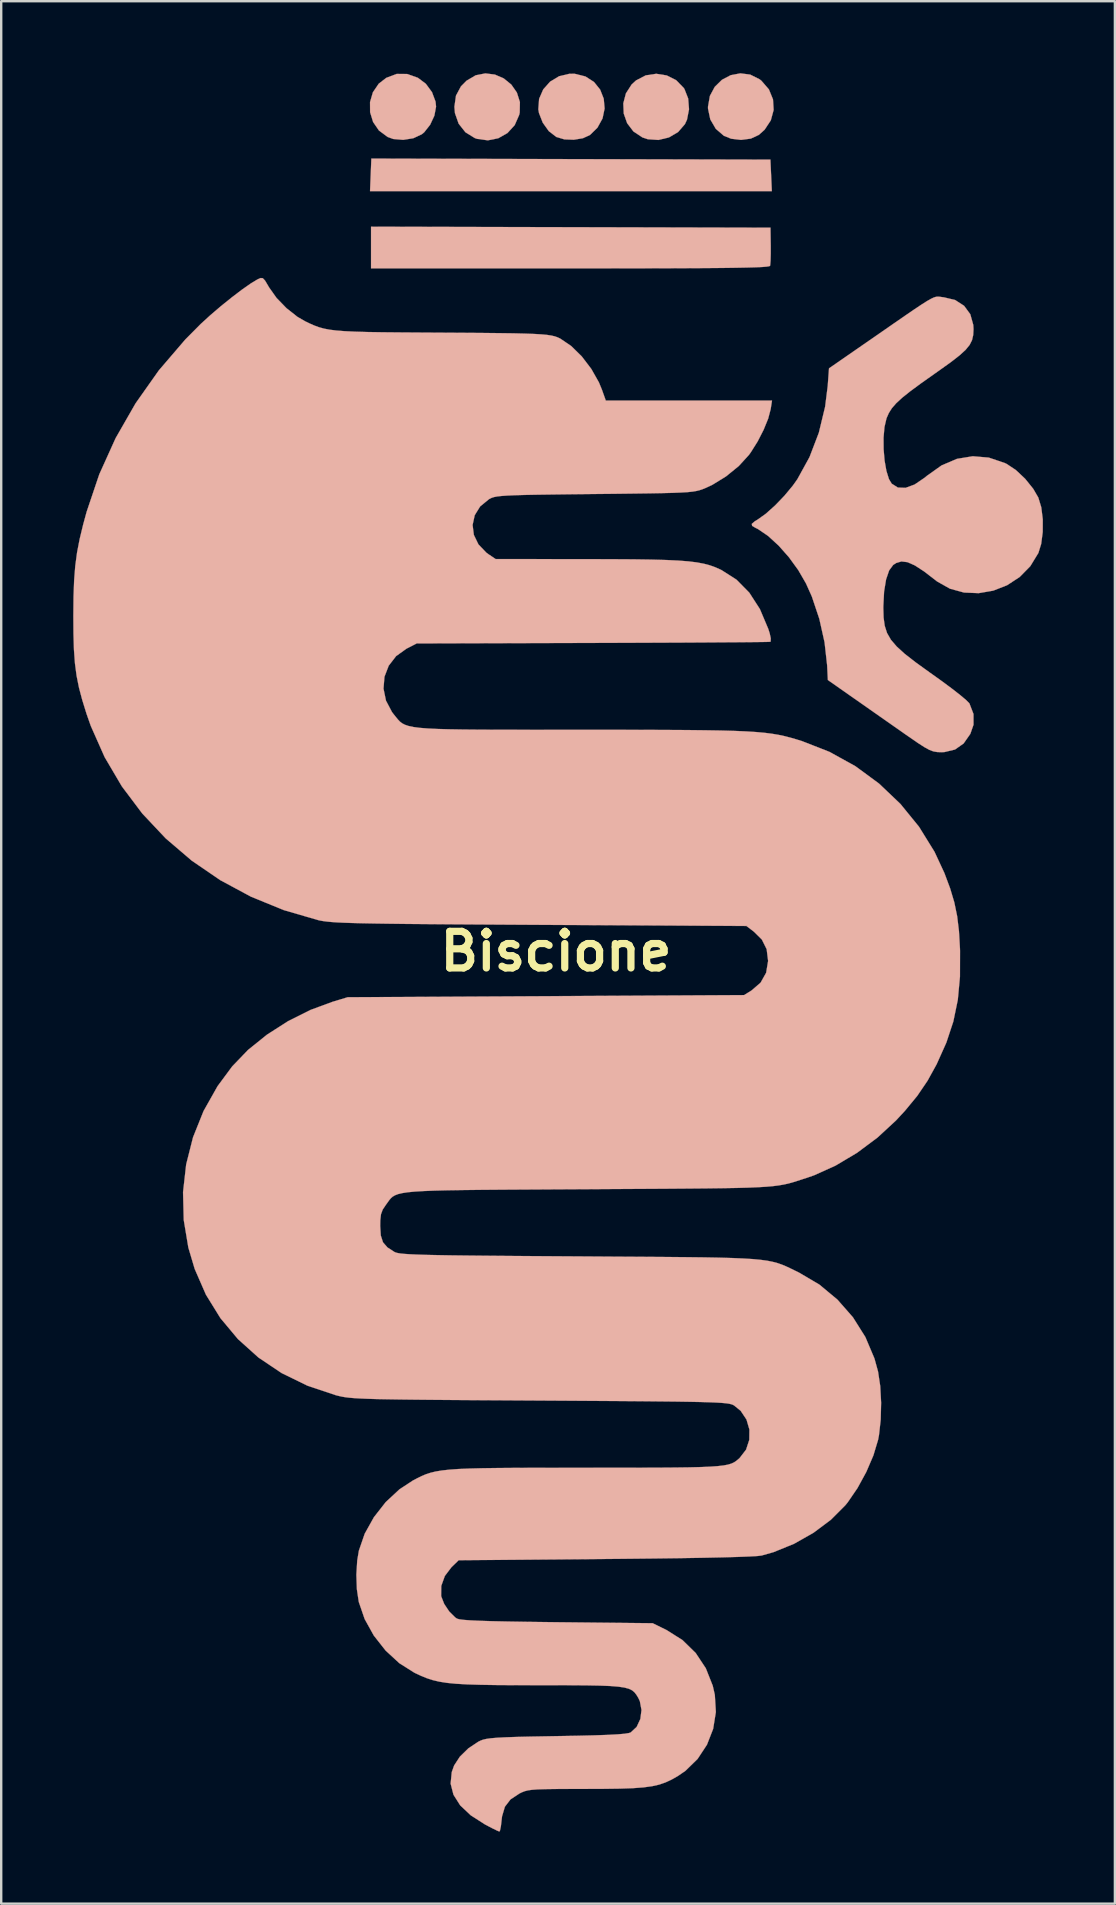
<source format=kicad_pcb>
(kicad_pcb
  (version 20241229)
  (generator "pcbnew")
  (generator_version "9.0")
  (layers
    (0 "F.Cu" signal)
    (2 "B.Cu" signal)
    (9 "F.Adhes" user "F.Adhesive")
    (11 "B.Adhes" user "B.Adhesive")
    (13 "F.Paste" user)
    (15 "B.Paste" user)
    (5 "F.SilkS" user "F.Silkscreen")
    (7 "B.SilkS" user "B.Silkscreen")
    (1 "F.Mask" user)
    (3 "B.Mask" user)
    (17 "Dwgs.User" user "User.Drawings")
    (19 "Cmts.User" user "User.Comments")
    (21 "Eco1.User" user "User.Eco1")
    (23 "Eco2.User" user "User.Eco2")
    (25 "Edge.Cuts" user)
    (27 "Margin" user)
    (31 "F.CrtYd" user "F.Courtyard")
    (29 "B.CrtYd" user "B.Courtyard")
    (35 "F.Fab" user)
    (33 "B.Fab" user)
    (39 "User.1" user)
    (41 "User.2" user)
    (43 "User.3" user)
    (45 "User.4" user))
  (footprint "Biscione"
    (layer "F.Cu")
    (at 20.109 36.576)
    (property "Reference" "Biscione" (at 0 0 0) (layer "F.SilkS") (effects (font (size 1.524 1.524) (thickness 0.3))))
    (attr through_hole)
    (fp_poly (pts (xy 0.619 -32.999) (xy 8.929 -32.978) (xy 8.959 -32.322) (xy 8.988 -31.665) (xy 0.621 -31.665) (xy -7.747 -31.665) (xy -7.719 -32.343) (xy -7.692 -33.021) (xy 0.619 -32.999)) (stroke (width 0.01) (type solid)) (fill yes) (layer "B.SilkS"))
    (fp_poly (pts (xy -6.205 -36.545) (xy -5.754 -36.386) (xy -5.422 -36.136) (xy -5.165 -35.786) (xy -5.018 -35.392) (xy -4.997 -35.182) (xy -5.067 -34.809) (xy -5.244 -34.429) (xy -5.491 -34.116) (xy -5.592 -34.033) (xy -5.946 -33.868) (xy -6.366 -33.801) (xy -6.78 -33.837) (xy -7.012 -33.92) (xy -7.376 -34.19) (xy -7.62 -34.545) (xy -7.744 -34.951) (xy -7.747 -35.375) (xy -7.628 -35.782) (xy -7.386 -36.139) (xy -7.07 -36.384) (xy -6.64 -36.546) (xy -6.205 -36.545)) (stroke (width 0.01) (type solid)) (fill yes) (layer "B.SilkS"))
    (fp_poly (pts (xy -2.546 -36.52) (xy -2.176 -36.359) (xy -1.862 -36.103) (xy -1.63 -35.77) (xy -1.505 -35.375) (xy -1.513 -34.937) (xy -1.534 -34.841) (xy -1.721 -34.415) (xy -2.023 -34.085) (xy -2.406 -33.868) (xy -2.839 -33.781) (xy -3.288 -33.842) (xy -3.387 -33.877) (xy -3.775 -34.118) (xy -4.056 -34.474) (xy -4.21 -34.913) (xy -4.233 -35.179) (xy -4.167 -35.644) (xy -3.96 -36.029) (xy -3.726 -36.266) (xy -3.346 -36.49) (xy -2.944 -36.569) (xy -2.546 -36.52)) (stroke (width 0.01) (type solid)) (fill yes) (layer "B.SilkS"))
    (fp_poly (pts (xy 4.611 -36.484) (xy 5.004 -36.286) (xy 5.317 -35.966) (xy 5.349 -35.917) (xy 5.504 -35.522) (xy 5.539 -35.074) (xy 5.455 -34.643) (xy 5.369 -34.456) (xy 5.084 -34.126) (xy 4.702 -33.902) (xy 4.266 -33.797) (xy 3.822 -33.827) (xy 3.598 -33.902) (xy 3.222 -34.152) (xy 2.962 -34.495) (xy 2.82 -34.896) (xy 2.802 -35.322) (xy 2.911 -35.738) (xy 3.15 -36.109) (xy 3.336 -36.279) (xy 3.737 -36.487) (xy 4.175 -36.553) (xy 4.611 -36.484)) (stroke (width 0.01) (type solid)) (fill yes) (layer "B.SilkS"))
    (fp_poly (pts (xy 8.088 -36.519) (xy 8.478 -36.324) (xy 8.552 -36.266) (xy 8.867 -35.902) (xy 9.037 -35.485) (xy 9.063 -35.046) (xy 8.946 -34.615) (xy 8.688 -34.224) (xy 8.449 -34.009) (xy 8.114 -33.853) (xy 7.707 -33.799) (xy 7.294 -33.848) (xy 6.992 -33.969) (xy 6.654 -34.26) (xy 6.425 -34.653) (xy 6.33 -35.102) (xy 6.329 -35.178) (xy 6.408 -35.63) (xy 6.611 -36.009) (xy 6.91 -36.302) (xy 7.274 -36.494) (xy 7.677 -36.571) (xy 8.088 -36.519)) (stroke (width 0.01) (type solid)) (fill yes) (layer "B.SilkS"))
    (fp_poly (pts (xy 8.932 -30.143) (xy 8.943 -29.401) (xy 8.943 -29.054) (xy 8.935 -28.767) (xy 8.92 -28.586) (xy 8.913 -28.554) (xy 8.874 -28.536) (xy 8.766 -28.52) (xy 8.582 -28.505) (xy 8.312 -28.493) (xy 7.949 -28.483) (xy 7.484 -28.474) (xy 6.909 -28.466) (xy 6.215 -28.46) (xy 5.394 -28.456) (xy 4.437 -28.452) (xy 3.337 -28.45) (xy 2.084 -28.448) (xy 0.671 -28.448) (xy 0.584 -28.448) (xy -7.705 -28.448) (xy -7.705 -30.184) (xy 8.932 -30.143)) (stroke (width 0.01) (type solid)) (fill yes) (layer "B.SilkS"))
    (fp_poly (pts (xy 0.78 -36.552) (xy 1.227 -36.44) (xy 1.582 -36.211) (xy 1.838 -35.893) (xy 1.987 -35.514) (xy 2.023 -35.105) (xy 1.937 -34.693) (xy 1.724 -34.307) (xy 1.416 -34.006) (xy 1.12 -33.869) (xy 0.74 -33.806) (xy 0.349 -33.821) (xy 0.016 -33.919) (xy 0.013 -33.921) (xy -0.299 -34.162) (xy -0.552 -34.514) (xy -0.71 -34.917) (xy -0.737 -35.072) (xy -0.705 -35.509) (xy -0.533 -35.903) (xy -0.246 -36.226) (xy 0.129 -36.452) (xy 0.563 -36.554) (xy 0.78 -36.552)) (stroke (width 0.01) (type solid)) (fill yes) (layer "B.SilkS"))
    (fp_poly (pts (xy 15.991 -27.264) (xy 16.082 -27.251) (xy 16.151 -27.243) (xy 16.623 -27.13) (xy 16.996 -26.889) (xy 17.254 -26.538) (xy 17.378 -26.094) (xy 17.388 -25.915) (xy 17.375 -25.671) (xy 17.327 -25.46) (xy 17.227 -25.261) (xy 17.059 -25.055) (xy 16.804 -24.823) (xy 16.447 -24.545) (xy 15.969 -24.203) (xy 15.772 -24.064) (xy 15.202 -23.661) (xy 14.756 -23.332) (xy 14.417 -23.061) (xy 14.167 -22.83) (xy 13.988 -22.624) (xy 13.862 -22.425) (xy 13.77 -22.216) (xy 13.762 -22.193) (xy 13.679 -21.836) (xy 13.641 -21.397) (xy 13.644 -20.918) (xy 13.684 -20.443) (xy 13.76 -20.014) (xy 13.866 -19.672) (xy 13.981 -19.481) (xy 14.238 -19.319) (xy 14.558 -19.307) (xy 14.934 -19.445) (xy 15.354 -19.73) (xy 15.446 -19.807) (xy 16.059 -20.242) (xy 16.7 -20.515) (xy 17.359 -20.623) (xy 18.025 -20.566) (xy 18.689 -20.342) (xy 18.768 -20.304) (xy 19.153 -20.048) (xy 19.539 -19.685) (xy 19.874 -19.269) (xy 20.087 -18.903) (xy 20.211 -18.496) (xy 20.273 -17.996) (xy 20.271 -17.467) (xy 20.207 -16.972) (xy 20.09 -16.595) (xy 19.753 -16.043) (xy 19.31 -15.593) (xy 18.787 -15.251) (xy 18.209 -15.025) (xy 17.603 -14.921) (xy 16.994 -14.946) (xy 16.408 -15.106) (xy 15.87 -15.409) (xy 15.797 -15.467) (xy 15.324 -15.83) (xy 14.945 -16.076) (xy 14.64 -16.211) (xy 14.387 -16.242) (xy 14.167 -16.177) (xy 14.042 -16.095) (xy 13.874 -15.868) (xy 13.747 -15.495) (xy 13.664 -14.993) (xy 13.632 -14.382) (xy 13.631 -14.301) (xy 13.643 -13.902) (xy 13.69 -13.562) (xy 13.786 -13.262) (xy 13.947 -12.981) (xy 14.189 -12.698) (xy 14.526 -12.391) (xy 14.975 -12.042) (xy 15.549 -11.627) (xy 15.66 -11.549) (xy 16.1 -11.234) (xy 16.499 -10.937) (xy 16.832 -10.677) (xy 17.076 -10.472) (xy 17.208 -10.34) (xy 17.219 -10.325) (xy 17.387 -9.888) (xy 17.388 -9.44) (xy 17.256 -9.06) (xy 16.975 -8.659) (xy 16.618 -8.408) (xy 16.177 -8.302) (xy 16.05 -8.297) (xy 15.874 -8.303) (xy 15.717 -8.33) (xy 15.55 -8.393) (xy 15.344 -8.506) (xy 15.067 -8.684) (xy 14.692 -8.943) (xy 14.559 -9.035) (xy 14.075 -9.374) (xy 13.518 -9.764) (xy 12.955 -10.159) (xy 12.451 -10.512) (xy 12.413 -10.538) (xy 11.322 -11.303) (xy 11.291 -11.921) (xy 11.184 -12.876) (xy 10.966 -13.852) (xy 10.655 -14.78) (xy 10.411 -15.325) (xy 10.09 -15.88) (xy 9.7 -16.417) (xy 9.271 -16.902) (xy 8.833 -17.303) (xy 8.416 -17.587) (xy 8.319 -17.635) (xy 8.168 -17.723) (xy 8.153 -17.806) (xy 8.282 -17.916) (xy 8.403 -17.989) (xy 8.742 -18.232) (xy 9.126 -18.576) (xy 9.513 -18.979) (xy 9.862 -19.399) (xy 10.052 -19.667) (xy 10.557 -20.586) (xy 10.946 -21.602) (xy 11.207 -22.682) (xy 11.316 -23.551) (xy 11.37 -24.285) (xy 12.757 -25.245) (xy 13.474 -25.741) (xy 14.065 -26.151) (xy 14.544 -26.482) (xy 14.924 -26.742) (xy 15.22 -26.939) (xy 15.445 -27.082) (xy 15.613 -27.178) (xy 15.738 -27.237) (xy 15.833 -27.265) (xy 15.913 -27.271) (xy 15.991 -27.264)) (stroke (width 0.01) (type solid)) (fill yes) (layer "B.SilkS"))
    (fp_poly (pts (xy -12.214 -28.04) (xy -12.122 -27.943) (xy -11.994 -27.729) (xy -11.953 -27.657) (xy -11.641 -27.217) (xy -11.226 -26.789) (xy -10.767 -26.427) (xy -10.454 -26.246) (xy -10.248 -26.147) (xy -10.058 -26.064) (xy -9.87 -25.995) (xy -9.665 -25.939) (xy -9.43 -25.894) (xy -9.146 -25.859) (xy -8.799 -25.832) (xy -8.371 -25.812) (xy -7.848 -25.797) (xy -7.212 -25.787) (xy -6.447 -25.78) (xy -5.538 -25.774) (xy -4.995 -25.771) (xy -3.975 -25.765) (xy -3.109 -25.759) (xy -2.384 -25.751) (xy -1.785 -25.743) (xy -1.299 -25.731) (xy -0.91 -25.717) (xy -0.606 -25.699) (xy -0.37 -25.677) (xy -0.189 -25.649) (xy -0.049 -25.616) (xy 0.064 -25.576) (xy 0.165 -25.529) (xy 0.18 -25.521) (xy 0.633 -25.213) (xy 1.074 -24.779) (xy 1.469 -24.26) (xy 1.787 -23.698) (xy 1.914 -23.389) (xy 2.072 -22.945) (xy 8.996 -22.945) (xy 8.94 -22.585) (xy 8.836 -22.191) (xy 8.646 -21.725) (xy 8.397 -21.239) (xy 8.114 -20.789) (xy 8.032 -20.676) (xy 7.61 -20.214) (xy 7.081 -19.784) (xy 6.507 -19.431) (xy 6.2 -19.289) (xy 6.085 -19.244) (xy 5.972 -19.207) (xy 5.844 -19.176) (xy 5.687 -19.15) (xy 5.484 -19.129) (xy 5.219 -19.113) (xy 4.877 -19.099) (xy 4.442 -19.088) (xy 3.899 -19.078) (xy 3.231 -19.069) (xy 2.423 -19.059) (xy 1.609 -19.051) (xy 0.667 -19.041) (xy -0.12 -19.031) (xy -0.768 -19.022) (xy -1.292 -19.012) (xy -1.707 -19) (xy -2.028 -18.986) (xy -2.27 -18.969) (xy -2.449 -18.949) (xy -2.578 -18.924) (xy -2.674 -18.894) (xy -2.752 -18.857) (xy -2.794 -18.834) (xy -3.16 -18.534) (xy -3.387 -18.167) (xy -3.475 -17.762) (xy -3.423 -17.347) (xy -3.232 -16.952) (xy -2.901 -16.606) (xy -2.801 -16.533) (xy -2.515 -16.341) (xy 1.304 -16.338) (xy 2.335 -16.335) (xy 3.213 -16.33) (xy 3.954 -16.319) (xy 4.573 -16.302) (xy 5.087 -16.278) (xy 5.511 -16.245) (xy 5.862 -16.202) (xy 6.156 -16.147) (xy 6.408 -16.08) (xy 6.634 -15.999) (xy 6.851 -15.902) (xy 6.888 -15.884) (xy 7.516 -15.483) (xy 8.05 -14.941) (xy 8.491 -14.258) (xy 8.839 -13.435) (xy 8.897 -13.254) (xy 8.944 -13.042) (xy 8.939 -12.911) (xy 8.923 -12.895) (xy 8.829 -12.891) (xy 8.578 -12.886) (xy 8.182 -12.882) (xy 7.654 -12.877) (xy 7.006 -12.873) (xy 6.251 -12.868) (xy 5.4 -12.863) (xy 4.466 -12.859) (xy 3.462 -12.855) (xy 2.4 -12.851) (xy 1.522 -12.848) (xy -5.804 -12.827) (xy -6.225 -12.611) (xy -6.66 -12.3) (xy -6.969 -11.9) (xy -7.146 -11.439) (xy -7.186 -10.944) (xy -7.083 -10.444) (xy -6.832 -9.968) (xy -6.75 -9.862) (xy -6.661 -9.751) (xy -6.582 -9.655) (xy -6.502 -9.571) (xy -6.408 -9.499) (xy -6.29 -9.438) (xy -6.137 -9.387) (xy -5.937 -9.345) (xy -5.68 -9.311) (xy -5.354 -9.285) (xy -4.947 -9.265) (xy -4.45 -9.251) (xy -3.85 -9.241) (xy -3.137 -9.235) (xy -2.299 -9.232) (xy -1.324 -9.231) (xy -0.203 -9.23) (xy 1.058 -9.23) (xy 2.38 -9.229) (xy 3.544 -9.228) (xy 4.564 -9.224) (xy 5.452 -9.219) (xy 6.22 -9.21) (xy 6.88 -9.199) (xy 7.444 -9.183) (xy 7.926 -9.162) (xy 8.337 -9.136) (xy 8.69 -9.104) (xy 8.997 -9.065) (xy 9.27 -9.019) (xy 9.522 -8.965) (xy 9.765 -8.902) (xy 10.011 -8.831) (xy 10.245 -8.758) (xy 11.39 -8.31) (xy 12.465 -7.716) (xy 13.454 -6.989) (xy 14.343 -6.143) (xy 15.118 -5.192) (xy 15.764 -4.148) (xy 16.176 -3.262) (xy 16.416 -2.62) (xy 16.589 -2.04) (xy 16.707 -1.466) (xy 16.782 -0.842) (xy 16.824 -0.112) (xy 16.827 -0.023) (xy 16.824 1.051) (xy 16.734 2.017) (xy 16.548 2.919) (xy 16.257 3.798) (xy 15.853 4.699) (xy 15.853 4.699) (xy 15.473 5.388) (xy 15.045 6.018) (xy 14.53 6.642) (xy 14.159 7.042) (xy 13.39 7.753) (xy 12.539 8.388) (xy 11.646 8.92) (xy 10.75 9.325) (xy 10.456 9.427) (xy 10.231 9.5) (xy 10.033 9.564) (xy 9.85 9.621) (xy 9.67 9.67) (xy 9.482 9.711) (xy 9.274 9.747) (xy 9.035 9.777) (xy 8.751 9.802) (xy 8.413 9.822) (xy 8.007 9.839) (xy 7.522 9.852) (xy 6.947 9.862) (xy 6.27 9.871) (xy 5.478 9.878) (xy 4.561 9.885) (xy 3.506 9.891) (xy 2.302 9.898) (xy 1.355 9.904) (xy 0.013 9.911) (xy -1.169 9.918) (xy -2.204 9.924) (xy -3.1 9.931) (xy -3.869 9.94) (xy -4.522 9.95) (xy -5.069 9.964) (xy -5.519 9.982) (xy -5.885 10.004) (xy -6.176 10.032) (xy -6.404 10.067) (xy -6.577 10.108) (xy -6.708 10.158) (xy -6.806 10.216) (xy -6.882 10.284) (xy -6.947 10.362) (xy -7.011 10.451) (xy -7.084 10.552) (xy -7.086 10.555) (xy -7.219 10.753) (xy -7.291 10.948) (xy -7.32 11.204) (xy -7.324 11.436) (xy -7.299 11.833) (xy -7.208 12.115) (xy -7.023 12.329) (xy -6.731 12.518) (xy -6.674 12.543) (xy -6.591 12.564) (xy -6.472 12.584) (xy -6.305 12.6) (xy -6.08 12.615) (xy -5.786 12.628) (xy -5.414 12.64) (xy -4.951 12.65) (xy -4.388 12.66) (xy -3.715 12.668) (xy -2.919 12.676) (xy -1.992 12.684) (xy -0.921 12.692) (xy 0.303 12.7) (xy 0.974 12.704) (xy 2.299 12.713) (xy 3.467 12.72) (xy 4.489 12.727) (xy 5.376 12.735) (xy 6.141 12.744) (xy 6.794 12.756) (xy 7.347 12.772) (xy 7.813 12.792) (xy 8.202 12.816) (xy 8.526 12.847) (xy 8.798 12.884) (xy 9.027 12.93) (xy 9.227 12.983) (xy 9.408 13.046) (xy 9.583 13.119) (xy 9.762 13.203) (xy 9.958 13.299) (xy 10.118 13.377) (xy 10.967 13.877) (xy 11.721 14.504) (xy 12.366 15.239) (xy 12.884 16.062) (xy 13.262 16.955) (xy 13.412 17.5) (xy 13.503 18.105) (xy 13.54 18.797) (xy 13.523 19.502) (xy 13.451 20.147) (xy 13.413 20.346) (xy 13.219 20.991) (xy 12.923 21.68) (xy 12.557 22.351) (xy 12.151 22.944) (xy 12.049 23.07) (xy 11.446 23.674) (xy 10.72 24.217) (xy 9.911 24.675) (xy 9.061 25.021) (xy 8.563 25.162) (xy 8.391 25.183) (xy 8.053 25.202) (xy 7.556 25.221) (xy 6.902 25.239) (xy 6.096 25.256) (xy 5.144 25.272) (xy 4.048 25.286) (xy 2.815 25.299) (xy 2.058 25.306) (xy -4.055 25.358) (xy -4.357 25.651) (xy -4.631 26.013) (xy -4.78 26.426) (xy -4.785 26.839) (xy -4.78 26.868) (xy -4.658 27.179) (xy -4.448 27.494) (xy -4.201 27.739) (xy -4.124 27.791) (xy -4.032 27.818) (xy -3.851 27.842) (xy -3.57 27.863) (xy -3.177 27.881) (xy -2.663 27.897) (xy -2.015 27.911) (xy -1.223 27.924) (xy -0.276 27.936) (xy 0.044 27.94) (xy 4.026 27.982) (xy 4.614 28.272) (xy 5.27 28.687) (xy 5.817 29.222) (xy 6.24 29.861) (xy 6.527 30.585) (xy 6.614 30.966) (xy 6.657 31.682) (xy 6.544 32.383) (xy 6.286 33.043) (xy 5.896 33.635) (xy 5.387 34.132) (xy 5.068 34.35) (xy 4.812 34.495) (xy 4.563 34.611) (xy 4.301 34.702) (xy 4.002 34.77) (xy 3.644 34.819) (xy 3.205 34.852) (xy 2.662 34.871) (xy 1.994 34.88) (xy 1.228 34.883) (xy 0.529 34.883) (xy -0.022 34.886) (xy -0.446 34.892) (xy -0.765 34.902) (xy -1.002 34.92) (xy -1.176 34.945) (xy -1.31 34.98) (xy -1.424 35.025) (xy -1.522 35.073) (xy -1.896 35.32) (xy -2.13 35.625) (xy -2.249 36.027) (xy -2.268 36.191) (xy -2.298 36.447) (xy -2.334 36.617) (xy -2.36 36.659) (xy -2.455 36.62) (xy -2.658 36.521) (xy -2.925 36.381) (xy -2.959 36.363) (xy -3.553 35.982) (xy -3.991 35.569) (xy -4.271 35.127) (xy -4.39 34.663) (xy -4.343 34.182) (xy -4.245 33.908) (xy -4.004 33.538) (xy -3.648 33.19) (xy -3.231 32.914) (xy -3.151 32.875) (xy -3.045 32.834) (xy -2.905 32.801) (xy -2.714 32.774) (xy -2.454 32.752) (xy -2.106 32.734) (xy -1.652 32.718) (xy -1.073 32.704) (xy -0.352 32.691) (xy 0.042 32.684) (xy 0.895 32.669) (xy 1.59 32.652) (xy 2.14 32.633) (xy 2.556 32.611) (xy 2.851 32.586) (xy 3.036 32.556) (xy 3.111 32.531) (xy 3.359 32.299) (xy 3.512 31.97) (xy 3.56 31.597) (xy 3.491 31.228) (xy 3.42 31.08) (xy 3.345 30.959) (xy 3.266 30.858) (xy 3.167 30.776) (xy 3.032 30.711) (xy 2.846 30.661) (xy 2.594 30.624) (xy 2.259 30.597) (xy 1.826 30.58) (xy 1.279 30.57) (xy 0.603 30.565) (xy -0.219 30.564) (xy -0.732 30.563) (xy -1.686 30.562) (xy -2.489 30.557) (xy -3.158 30.546) (xy -3.711 30.529) (xy -4.168 30.503) (xy -4.545 30.466) (xy -4.861 30.416) (xy -5.133 30.352) (xy -5.381 30.272) (xy -5.621 30.174) (xy -5.871 30.057) (xy -5.9 30.043) (xy -6.526 29.648) (xy -7.099 29.12) (xy -7.59 28.495) (xy -7.971 27.808) (xy -8.216 27.094) (xy -8.216 27.093) (xy -8.295 26.566) (xy -8.316 25.963) (xy -8.28 25.367) (xy -8.212 24.961) (xy -7.969 24.254) (xy -7.586 23.567) (xy -7.094 22.938) (xy -6.52 22.404) (xy -5.96 22.037) (xy -5.769 21.937) (xy -5.592 21.85) (xy -5.415 21.776) (xy -5.224 21.714) (xy -5.007 21.662) (xy -4.751 21.62) (xy -4.441 21.586) (xy -4.065 21.559) (xy -3.609 21.54) (xy -3.06 21.526) (xy -2.406 21.517) (xy -1.632 21.511) (xy -0.726 21.508) (xy 0.326 21.507) (xy 1.252 21.507) (xy 2.398 21.506) (xy 3.387 21.505) (xy 4.233 21.503) (xy 4.946 21.498) (xy 5.54 21.49) (xy 6.028 21.478) (xy 6.422 21.461) (xy 6.734 21.439) (xy 6.977 21.411) (xy 7.163 21.376) (xy 7.305 21.333) (xy 7.416 21.281) (xy 7.508 21.219) (xy 7.594 21.148) (xy 7.647 21.1) (xy 7.915 20.753) (xy 8.049 20.345) (xy 8.054 19.914) (xy 7.933 19.499) (xy 7.691 19.136) (xy 7.412 18.91) (xy 7.362 18.883) (xy 7.296 18.86) (xy 7.205 18.839) (xy 7.078 18.821) (xy 6.905 18.805) (xy 6.675 18.791) (xy 6.378 18.779) (xy 6.002 18.768) (xy 5.539 18.759) (xy 4.977 18.75) (xy 4.305 18.743) (xy 3.514 18.735) (xy 2.592 18.728) (xy 1.53 18.721) (xy 0.317 18.713) (xy -0.677 18.707) (xy -2.007 18.699) (xy -3.178 18.692) (xy -4.202 18.685) (xy -5.09 18.678) (xy -5.853 18.671) (xy -6.501 18.663) (xy -7.047 18.654) (xy -7.501 18.645) (xy -7.875 18.633) (xy -8.178 18.62) (xy -8.423 18.605) (xy -8.62 18.588) (xy -8.781 18.568) (xy -8.917 18.545) (xy -9.038 18.518) (xy -9.155 18.489) (xy -9.186 18.48) (xy -10.358 18.087) (xy -11.43 17.563) (xy -12.395 16.915) (xy -13.247 16.149) (xy -13.978 15.275) (xy -14.582 14.298) (xy -15.05 13.226) (xy -15.314 12.337) (xy -15.506 11.187) (xy -15.535 10.027) (xy -15.405 8.873) (xy -15.119 7.742) (xy -14.681 6.65) (xy -14.096 5.612) (xy -13.486 4.788) (xy -12.828 4.104) (xy -12.04 3.469) (xy -11.158 2.904) (xy -10.221 2.436) (xy -9.313 2.101) (xy -8.678 1.909) (xy 7.832 1.82) (xy 8.145 1.626) (xy 8.52 1.302) (xy 8.751 0.891) (xy 8.833 0.4) (xy 8.833 0.394) (xy 8.773 -0.092) (xy 8.573 -0.493) (xy 8.241 -0.821) (xy 7.93 -1.058) (xy -0.671 -1.106) (xy -2.08 -1.114) (xy -3.33 -1.122) (xy -4.431 -1.129) (xy -5.395 -1.137) (xy -6.23 -1.144) (xy -6.948 -1.153) (xy -7.558 -1.162) (xy -8.072 -1.172) (xy -8.499 -1.183) (xy -8.851 -1.195) (xy -9.136 -1.209) (xy -9.366 -1.225) (xy -9.551 -1.243) (xy -9.702 -1.263) (xy -9.828 -1.285) (xy -9.906 -1.303) (xy -11.343 -1.721) (xy -12.707 -2.279) (xy -13.988 -2.969) (xy -15.176 -3.782) (xy -16.261 -4.71) (xy -17.233 -5.743) (xy -18.083 -6.873) (xy -18.801 -8.092) (xy -19.377 -9.39) (xy -19.554 -9.893) (xy -19.732 -10.467) (xy -19.869 -10.983) (xy -19.969 -11.48) (xy -20.037 -11.995) (xy -20.079 -12.567) (xy -20.099 -13.234) (xy -20.104 -13.97) (xy -20.096 -14.778) (xy -20.071 -15.46) (xy -20.024 -16.059) (xy -19.949 -16.618) (xy -19.84 -17.18) (xy -19.693 -17.787) (xy -19.549 -18.314) (xy -19.024 -19.87) (xy -18.342 -21.379) (xy -17.511 -22.828) (xy -16.542 -24.201) (xy -15.444 -25.482) (xy -14.795 -26.136) (xy -14.402 -26.495) (xy -13.965 -26.869) (xy -13.516 -27.231) (xy -13.089 -27.557) (xy -12.718 -27.817) (xy -12.439 -27.986) (xy -12.307 -28.046) (xy -12.214 -28.04)) (stroke (width 0.01) (type solid)) (fill yes) (layer "B.SilkS")))
  (gr_rect
    (start -3 -3)
    (end 43.386 76.24)
    (stroke (width 0.1) (type default))
    (fill no)
    (layer "Edge.Cuts")))
</source>
